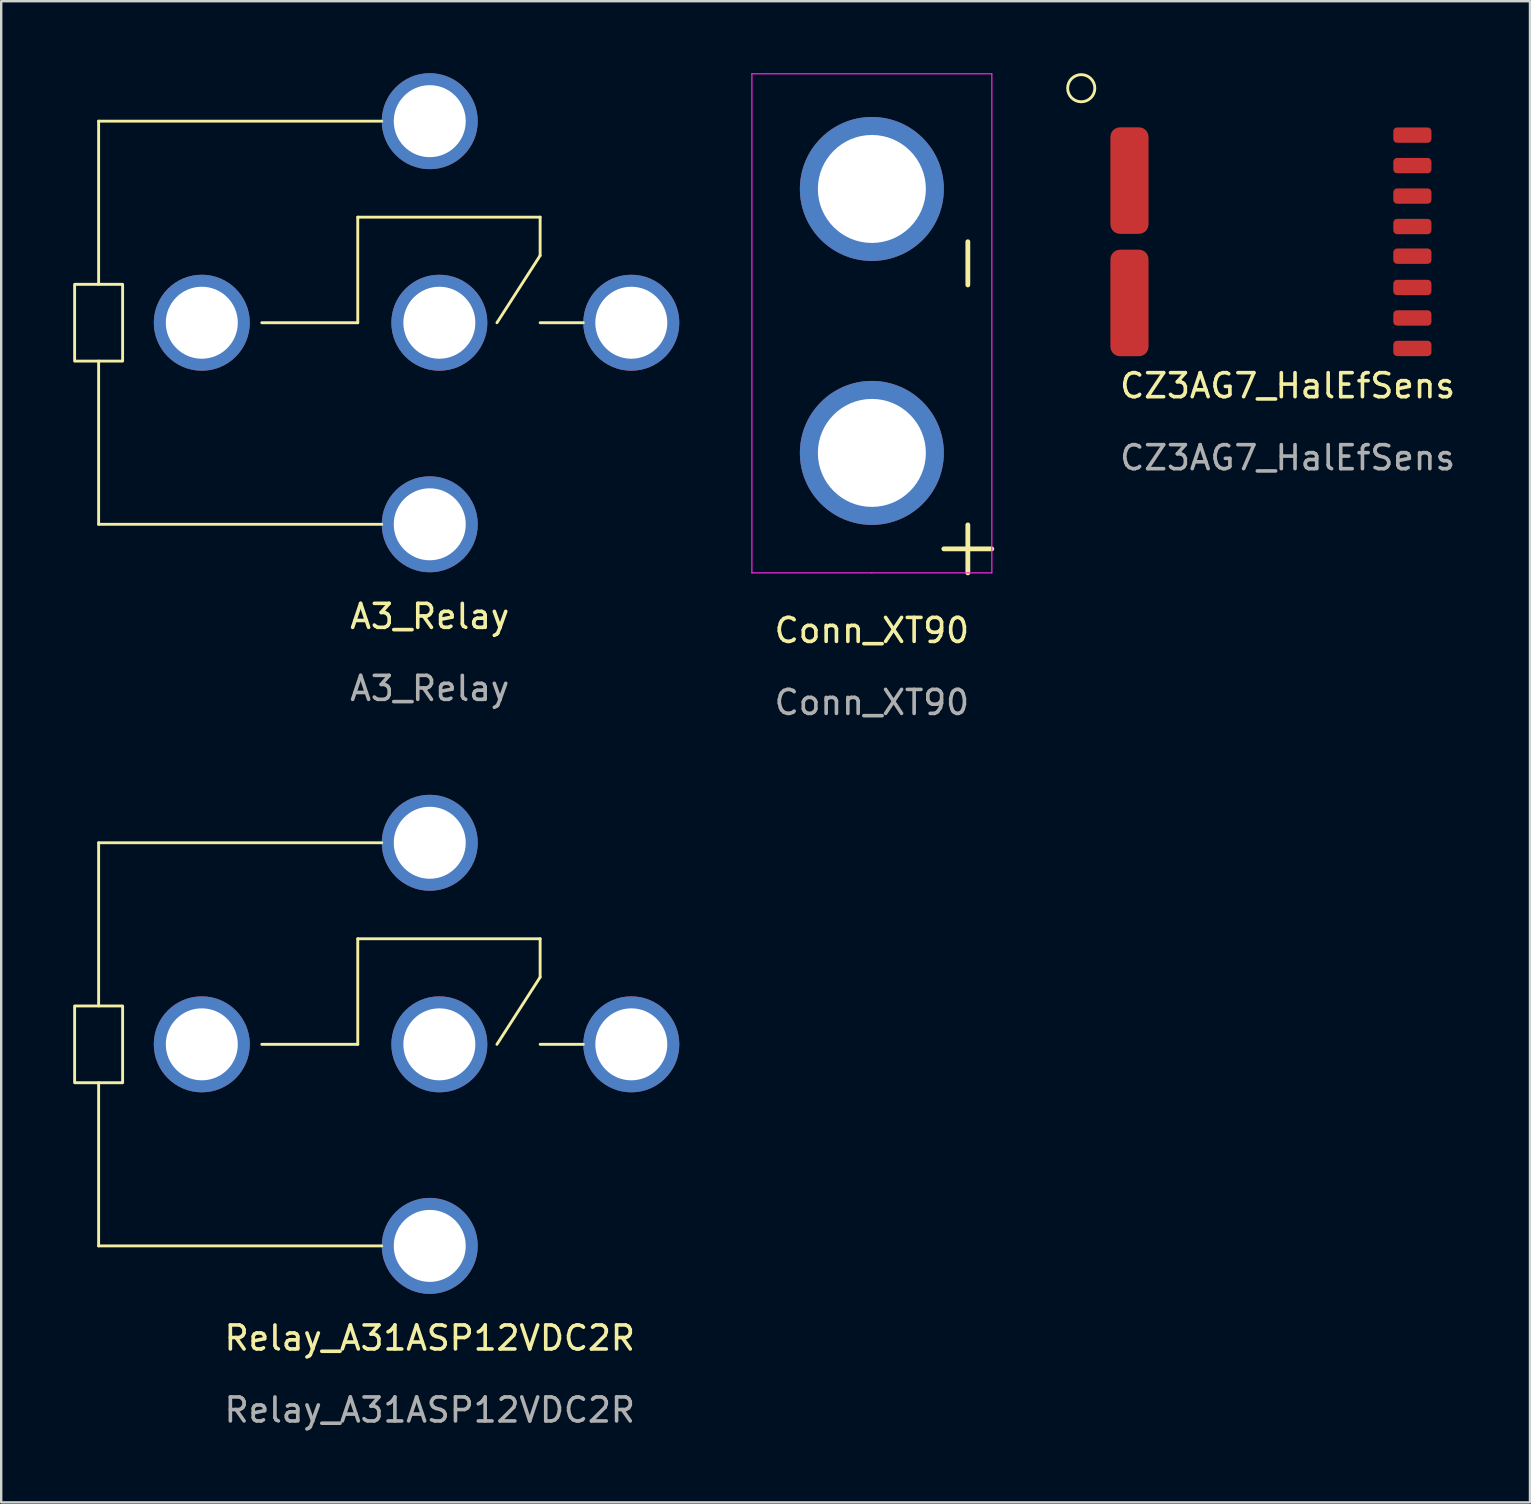
<source format=kicad_pcb>
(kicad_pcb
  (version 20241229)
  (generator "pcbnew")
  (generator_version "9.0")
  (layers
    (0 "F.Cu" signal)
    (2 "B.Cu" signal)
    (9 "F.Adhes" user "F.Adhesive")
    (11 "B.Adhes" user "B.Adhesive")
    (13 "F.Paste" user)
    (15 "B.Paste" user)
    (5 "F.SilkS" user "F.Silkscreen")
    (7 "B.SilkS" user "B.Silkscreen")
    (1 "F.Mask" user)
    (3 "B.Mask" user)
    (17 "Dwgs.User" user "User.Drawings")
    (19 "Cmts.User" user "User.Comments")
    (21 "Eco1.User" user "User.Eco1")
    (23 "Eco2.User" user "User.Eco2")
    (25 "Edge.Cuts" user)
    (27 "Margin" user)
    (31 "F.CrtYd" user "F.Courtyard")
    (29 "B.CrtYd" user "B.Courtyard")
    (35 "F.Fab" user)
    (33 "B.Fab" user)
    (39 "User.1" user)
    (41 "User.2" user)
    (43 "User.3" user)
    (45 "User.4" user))
  (footprint "A3_Relay"
    (layer "F.Cu")
    (at 14.86 10.4)
    (property "Reference" "A3_Relay" (at 0 12.24 0) (unlocked yes) (layer "F.SilkS") (effects (font (size 1 1) (thickness 0.15))))
    (attr through_hole)
    (fp_line (start -13.8 -8.4) (end -13.8 -1.6) (stroke (width 0.12) (type solid)) (layer "F.SilkS"))
    (fp_line (start -13.8 1.6) (end -13.8 8.4) (stroke (width 0.12) (type solid)) (layer "F.SilkS"))
    (fp_line (start -13.8 8.4) (end -2 8.4) (stroke (width 0.12) (type solid)) (layer "F.SilkS"))
    (fp_line (start -7 0) (end -3 0) (stroke (width 0.12) (type solid)) (layer "F.SilkS"))
    (fp_line (start -3 -4.4) (end 4.6 -4.4) (stroke (width 0.12) (type solid)) (layer "F.SilkS"))
    (fp_line (start -3 0) (end -3 -4.4) (stroke (width 0.12) (type solid)) (layer "F.SilkS"))
    (fp_line (start -2 -8.4) (end -13.8 -8.4) (stroke (width 0.12) (type solid)) (layer "F.SilkS"))
    (fp_line (start 4.6 -4.4) (end 4.6 -2.8) (stroke (width 0.12) (type solid)) (layer "F.SilkS"))
    (fp_line (start 4.6 -2.8) (end 2.8 0) (stroke (width 0.12) (type solid)) (layer "F.SilkS"))
    (fp_line (start 6.4 0) (end 4.6 0) (stroke (width 0.12) (type solid)) (layer "F.SilkS"))
    (fp_rect (start -14.8 -1.6) (end -12.8 1.6) (stroke (width 0.12) (type solid)) (fill no) (layer "F.SilkS"))
    (fp_text user "${REFERENCE}" (at 0 15.24 0) (unlocked yes) (layer "F.Fab") (effects (font (size 1 1) (thickness 0.15))))
    (pad "30" thru_hole circle (at -9.5 0) (size 4 4) (drill 3) (layers "*.Cu" "*.Mask"))
    (pad "85" thru_hole circle (at 0 8.4) (size 4 4) (drill 3) (layers "*.Cu" "*.Mask"))
    (pad "86" thru_hole circle (at 0 -8.4) (size 4 4) (drill 3) (layers "*.Cu" "*.Mask"))
    (pad "87" thru_hole circle (at 8.4 0) (size 4 4) (drill 3) (layers "*.Cu" "*.Mask"))
    (pad "87a" thru_hole circle (at 0.4 0) (size 4 4) (drill 3) (layers "*.Cu" "*.Mask")))
  (footprint "Conn_XT90"
    (layer "F.Cu")
    (at 33.285 15.825)
    (property "Reference" "Conn_XT90" (at 0 7.4 0) (unlocked yes) (layer "F.SilkS") (effects (font (size 1 1) (thickness 0.15))))
    (attr through_hole)
    (fp_line (start 3 4) (end 5 4) (stroke (width 0.2) (type solid)) (layer "F.SilkS"))
    (fp_line (start 4 -8.8) (end 4 -7) (stroke (width 0.2) (type solid)) (layer "F.SilkS"))
    (fp_line (start 4 5) (end 4 3) (stroke (width 0.2) (type solid)) (layer "F.SilkS"))
    (fp_line (start -5 -15.8) (end -5 5) (stroke (width 0.05) (type solid)) (layer "F.CrtYd"))
    (fp_line (start -5 5) (end 0 5) (stroke (width 0.05) (type solid)) (layer "F.CrtYd"))
    (fp_line (start 0 5) (end 5 5) (stroke (width 0.05) (type solid)) (layer "F.CrtYd"))
    (fp_line (start 5 -15.8) (end -5 -15.8) (stroke (width 0.05) (type solid)) (layer "F.CrtYd"))
    (fp_line (start 5 5) (end 5 -15.8) (stroke (width 0.05) (type solid)) (layer "F.CrtYd"))
    (fp_text user "${REFERENCE}" (at 0 10.4 0) (unlocked yes) (layer "F.Fab") (effects (font (size 1 1) (thickness 0.15))))
    (pad "1" thru_hole circle (at 0 0) (size 6 6) (drill 4.5) (layers "*.Cu" "*.Mask"))
    (pad "2" thru_hole circle (at 0 -11) (size 6 6) (drill 4.5) (layers "*.Cu" "*.Mask")))
  (footprint "CZ3AG7_HalEfSens"
    (layer "F.Cu")
    (at 55.811 7.026)
    (property "Reference" "CZ3AG7_HalEfSens" (at -5.2 6 0) (unlocked yes) (layer "F.SilkS") (effects (font (size 1 1) (thickness 0.15))))
    (attr smd)
    (fp_circle (center -13.8 -6.4) (end -13.4 -6) (stroke (width 0.12) (type solid)) (fill no) (layer "F.SilkS"))
    (fp_text user "${REFERENCE}" (at -5.2 9 0) (unlocked yes) (layer "F.Fab") (effects (font (size 1 1) (thickness 0.15))))
    (pad "1" smd roundrect (at -11.79 -2.55) (size 1.59 4.44) (layers "F.Cu" "F.Mask" "F.Paste") (roundrect_rratio 0.25))
    (pad "5" smd roundrect (at -11.79 2.55) (size 1.59 4.44) (layers "F.Cu" "F.Mask" "F.Paste") (roundrect_rratio 0.25))
    (pad "9" smd roundrect (at 0 4.445) (size 1.59 0.64) (layers "F.Cu" "F.Mask" "F.Paste") (roundrect_rratio 0.25))
    (pad "10" smd roundrect (at 0 3.175) (size 1.59 0.64) (layers "F.Cu" "F.Mask" "F.Paste") (roundrect_rratio 0.25))
    (pad "11" smd roundrect (at 0 1.905) (size 1.59 0.64) (layers "F.Cu" "F.Mask" "F.Paste") (roundrect_rratio 0.25))
    (pad "12" smd roundrect (at 0 0.6) (size 1.59 0.64) (layers "F.Cu" "F.Mask" "F.Paste") (roundrect_rratio 0.25))
    (pad "13" smd roundrect (at 0 -0.635) (size 1.59 0.64) (layers "F.Cu" "F.Mask" "F.Paste") (roundrect_rratio 0.25))
    (pad "14" smd roundrect (at 0 -1.905) (size 1.59 0.64) (layers "F.Cu" "F.Mask" "F.Paste") (roundrect_rratio 0.25))
    (pad "15" smd roundrect (at 0 -3.175) (size 1.59 0.64) (layers "F.Cu" "F.Mask" "F.Paste") (roundrect_rratio 0.25))
    (pad "16" smd roundrect (at 0 -4.445) (size 1.59 0.64) (layers "F.Cu" "F.Mask" "F.Paste") (roundrect_rratio 0.25)))
  (footprint "Relay_A31ASP12VDC2R"
    (layer "F.Cu")
    (at 14.86 40.473)
    (property "Reference" "Relay_A31ASP12VDC2R" (at 0 12.24 0) (unlocked yes) (layer "F.SilkS") (effects (font (size 1 1) (thickness 0.15))))
    (attr through_hole)
    (fp_line (start -13.8 -8.4) (end -13.8 -1.6) (stroke (width 0.12) (type solid)) (layer "F.SilkS"))
    (fp_line (start -13.8 1.6) (end -13.8 8.4) (stroke (width 0.12) (type solid)) (layer "F.SilkS"))
    (fp_line (start -13.8 8.4) (end -2 8.4) (stroke (width 0.12) (type solid)) (layer "F.SilkS"))
    (fp_line (start -7 0) (end -3 0) (stroke (width 0.12) (type solid)) (layer "F.SilkS"))
    (fp_line (start -3 -4.4) (end 4.6 -4.4) (stroke (width 0.12) (type solid)) (layer "F.SilkS"))
    (fp_line (start -3 0) (end -3 -4.4) (stroke (width 0.12) (type solid)) (layer "F.SilkS"))
    (fp_line (start -2 -8.4) (end -13.8 -8.4) (stroke (width 0.12) (type solid)) (layer "F.SilkS"))
    (fp_line (start 4.6 -4.4) (end 4.6 -2.8) (stroke (width 0.12) (type solid)) (layer "F.SilkS"))
    (fp_line (start 4.6 -2.8) (end 2.8 0) (stroke (width 0.12) (type solid)) (layer "F.SilkS"))
    (fp_line (start 6.4 0) (end 4.6 0) (stroke (width 0.12) (type solid)) (layer "F.SilkS"))
    (fp_rect (start -14.8 -1.6) (end -12.8 1.6) (stroke (width 0.12) (type solid)) (fill no) (layer "F.SilkS"))
    (fp_text user "${REFERENCE}" (at 0 15.24 0) (unlocked yes) (layer "F.Fab") (effects (font (size 1 1) (thickness 0.15))))
    (pad "30" thru_hole circle (at -9.5 0) (size 4 4) (drill 3) (layers "*.Cu" "*.Mask"))
    (pad "85" thru_hole circle (at 0 8.4) (size 4 4) (drill 3) (layers "*.Cu" "*.Mask"))
    (pad "86" thru_hole circle (at 0 -8.4) (size 4 4) (drill 3) (layers "*.Cu" "*.Mask"))
    (pad "87" thru_hole circle (at 8.4 0) (size 4 4) (drill 3) (layers "*.Cu" "*.Mask"))
    (pad "87a" thru_hole circle (at 0.4 0) (size 4 4) (drill 3) (layers "*.Cu" "*.Mask")))
  (gr_rect
    (start -3 -3)
    (end 60.712 59.562)
    (stroke (width 0.1) (type default))
    (fill no)
    (layer "Edge.Cuts")))
</source>
